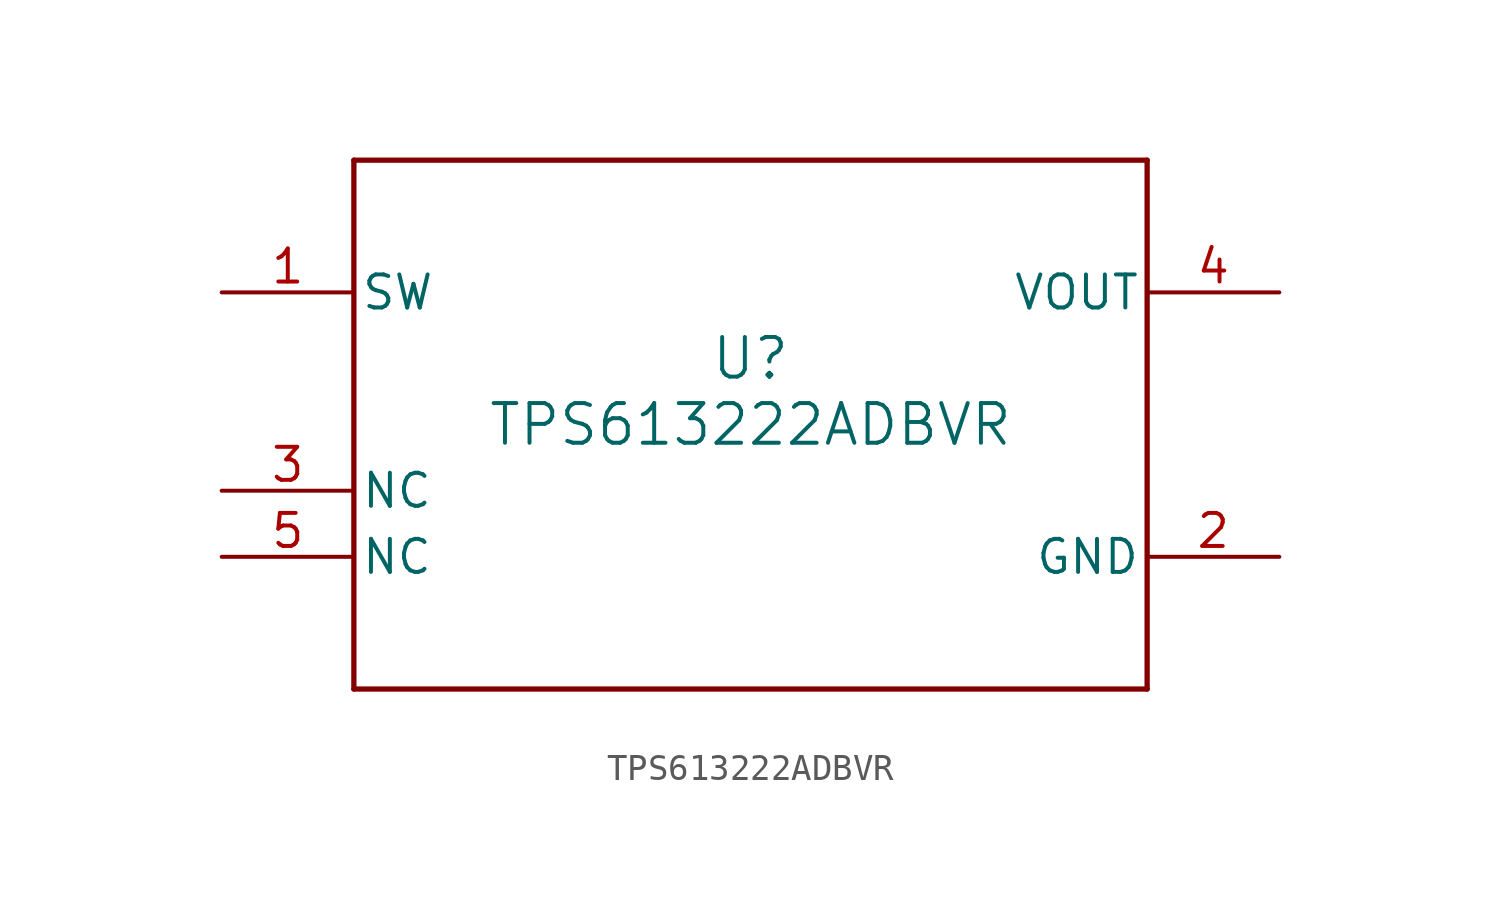
<source format=kicad_sym>
(kicad_symbol_lib
  (version 20211014)
  (generator kicad_symbol_editor)
  (symbol "TPS613222ADBVR"
    (pin_names
      (offset 0.254))
    (property "Reference" "U"
      (at 0 2.54 0)
      (effects (font (size 1.524 1.524))))
    (property "Value" "TPS613222ADBVR"
      (at 0 0 0)
      (effects (font (size 1.524 1.524))))
    (symbol "TPS613222ADBVR_0_1"
      (polyline (pts (xy -15.24 -10.16) (xy 15.24 -10.16)) (stroke (width 0.203) (type default) (color 0 0 0 0)) (fill (type none)))
      (polyline (pts (xy 15.24 -10.16) (xy 15.24 10.16)) (stroke (width 0.203) (type default) (color 0 0 0 0)) (fill (type none)))
      (polyline (pts (xy 15.24 10.16) (xy -15.24 10.16)) (stroke (width 0.203) (type default) (color 0 0 0 0)) (fill (type none)))
      (polyline (pts (xy -15.24 10.16) (xy -15.24 -10.16)) (stroke (width 0.203) (type default) (color 0 0 0 0)) (fill (type none)))
      (pin power_in line (at -20.32 5.08 0) (length 5.08) (name "SW" (effects (font (size 1.27 1.27)))) (number "1" (effects (font (size 1.27 1.27)))))
      (pin power_in line (at 20.32 -5.08 180) (length 5.08) (name "GND" (effects (font (size 1.27 1.27)))) (number "2" (effects (font (size 1.27 1.27)))))
      (pin unspecified line (at -20.32 -2.54 0) (length 5.08) (name "NC" (effects (font (size 1.27 1.27)))) (number "3" (effects (font (size 1.27 1.27)))))
      (pin power_in line (at 20.32 5.08 180) (length 5.08) (name "VOUT" (effects (font (size 1.27 1.27)))) (number "4" (effects (font (size 1.27 1.27)))))
      (pin unspecified line (at -20.32 -5.08 0) (length 5.08) (name "NC" (effects (font (size 1.27 1.27)))) (number "5" (effects (font (size 1.27 1.27))))))))
</source>
